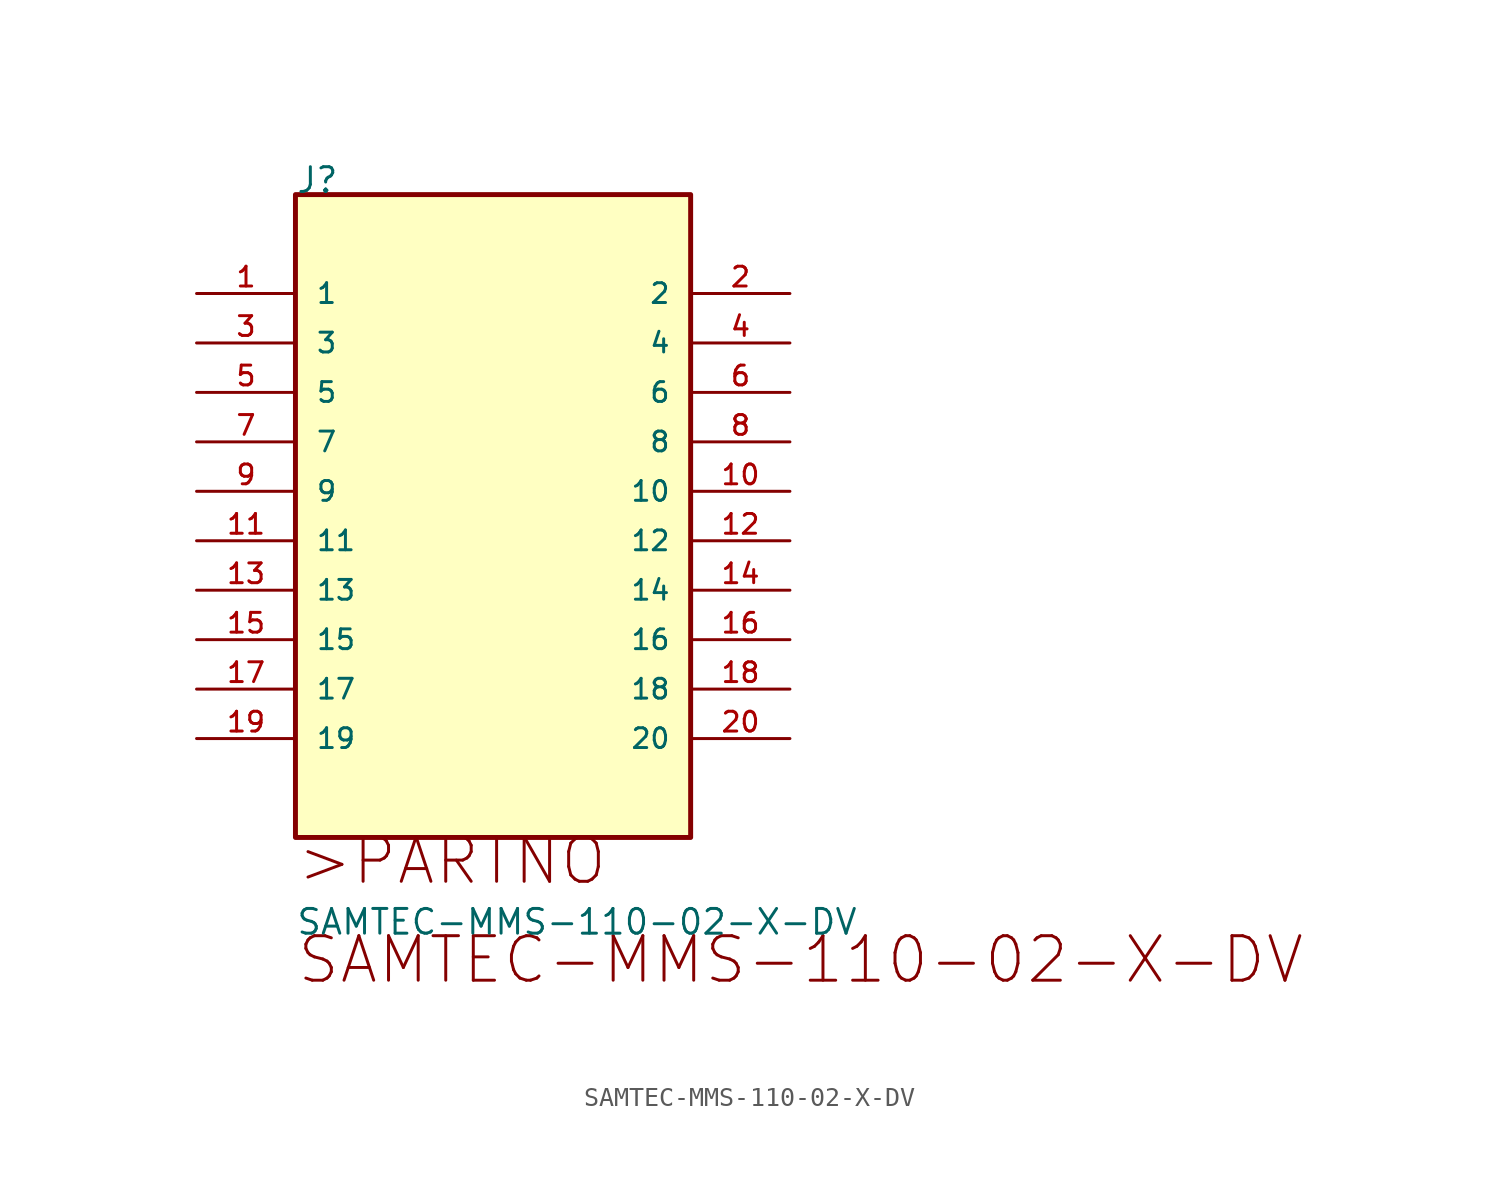
<source format=kicad_sym>
(kicad_symbol_lib
  (version 20211014)
  (generator kicad_symbol_editor)
  (symbol "SAMTEC-MMS-110-02-X-DV"
    (pin_names
      (offset 1.016))
    (property "Reference" "J"
      (at 0.0 5.08 0)
      (effects (font (size 1.27 1.27)) (justify bottom left)))
    (property "Value" "SAMTEC-MMS-110-02-X-DV"
      (at 0.0 -33.02 0)
      (effects (font (size 1.27 1.27)) (justify bottom left)))
    (symbol "SAMTEC-MMS-110-02-X-DV_0_0"
      (text ">PARTNO" (at 0.0 -30.48 0) (effects (font (size 2.286 2.286)) (justify bottom left)))
      (text "SAMTEC-MMS-110-02-X-DV" (at 0.0 -35.56 0) (effects (font (size 2.286 2.286)) (justify bottom left)))
      (rectangle (start 0.0 -27.94) (end 20.3 5.08) (stroke (width 0.254)) (fill (type background)))
      (pin passive line (at -5.08 -0.0 0) (length 5.08) (name "1" (effects (font (size 1.016 1.016)))) (number "1" (effects (font (size 1.016 1.016)))))
      (pin passive line (at 25.4 -0.0 180.0) (length 5.08) (name "2" (effects (font (size 1.016 1.016)))) (number "2" (effects (font (size 1.016 1.016)))))
      (pin passive line (at -5.08 -2.54 0) (length 5.08) (name "3" (effects (font (size 1.016 1.016)))) (number "3" (effects (font (size 1.016 1.016)))))
      (pin passive line (at 25.4 -2.54 180.0) (length 5.08) (name "4" (effects (font (size 1.016 1.016)))) (number "4" (effects (font (size 1.016 1.016)))))
      (pin passive line (at -5.08 -5.08 0) (length 5.08) (name "5" (effects (font (size 1.016 1.016)))) (number "5" (effects (font (size 1.016 1.016)))))
      (pin passive line (at 25.4 -5.08 180.0) (length 5.08) (name "6" (effects (font (size 1.016 1.016)))) (number "6" (effects (font (size 1.016 1.016)))))
      (pin passive line (at -5.08 -7.62 0) (length 5.08) (name "7" (effects (font (size 1.016 1.016)))) (number "7" (effects (font (size 1.016 1.016)))))
      (pin passive line (at 25.4 -7.62 180.0) (length 5.08) (name "8" (effects (font (size 1.016 1.016)))) (number "8" (effects (font (size 1.016 1.016)))))
      (pin passive line (at -5.08 -10.16 0) (length 5.08) (name "9" (effects (font (size 1.016 1.016)))) (number "9" (effects (font (size 1.016 1.016)))))
      (pin passive line (at 25.4 -10.16 180.0) (length 5.08) (name "10" (effects (font (size 1.016 1.016)))) (number "10" (effects (font (size 1.016 1.016)))))
      (pin passive line (at -5.08 -12.7 0) (length 5.08) (name "11" (effects (font (size 1.016 1.016)))) (number "11" (effects (font (size 1.016 1.016)))))
      (pin passive line (at 25.4 -12.7 180.0) (length 5.08) (name "12" (effects (font (size 1.016 1.016)))) (number "12" (effects (font (size 1.016 1.016)))))
      (pin passive line (at -5.08 -15.24 0) (length 5.08) (name "13" (effects (font (size 1.016 1.016)))) (number "13" (effects (font (size 1.016 1.016)))))
      (pin passive line (at 25.4 -15.24 180.0) (length 5.08) (name "14" (effects (font (size 1.016 1.016)))) (number "14" (effects (font (size 1.016 1.016)))))
      (pin passive line (at -5.08 -17.78 0) (length 5.08) (name "15" (effects (font (size 1.016 1.016)))) (number "15" (effects (font (size 1.016 1.016)))))
      (pin passive line (at 25.4 -17.78 180.0) (length 5.08) (name "16" (effects (font (size 1.016 1.016)))) (number "16" (effects (font (size 1.016 1.016)))))
      (pin passive line (at -5.08 -20.32 0) (length 5.08) (name "17" (effects (font (size 1.016 1.016)))) (number "17" (effects (font (size 1.016 1.016)))))
      (pin passive line (at 25.4 -20.32 180.0) (length 5.08) (name "18" (effects (font (size 1.016 1.016)))) (number "18" (effects (font (size 1.016 1.016)))))
      (pin passive line (at -5.08 -22.86 0) (length 5.08) (name "19" (effects (font (size 1.016 1.016)))) (number "19" (effects (font (size 1.016 1.016)))))
      (pin passive line (at 25.4 -22.86 180.0) (length 5.08) (name "20" (effects (font (size 1.016 1.016)))) (number "20" (effects (font (size 1.016 1.016))))))))
</source>
